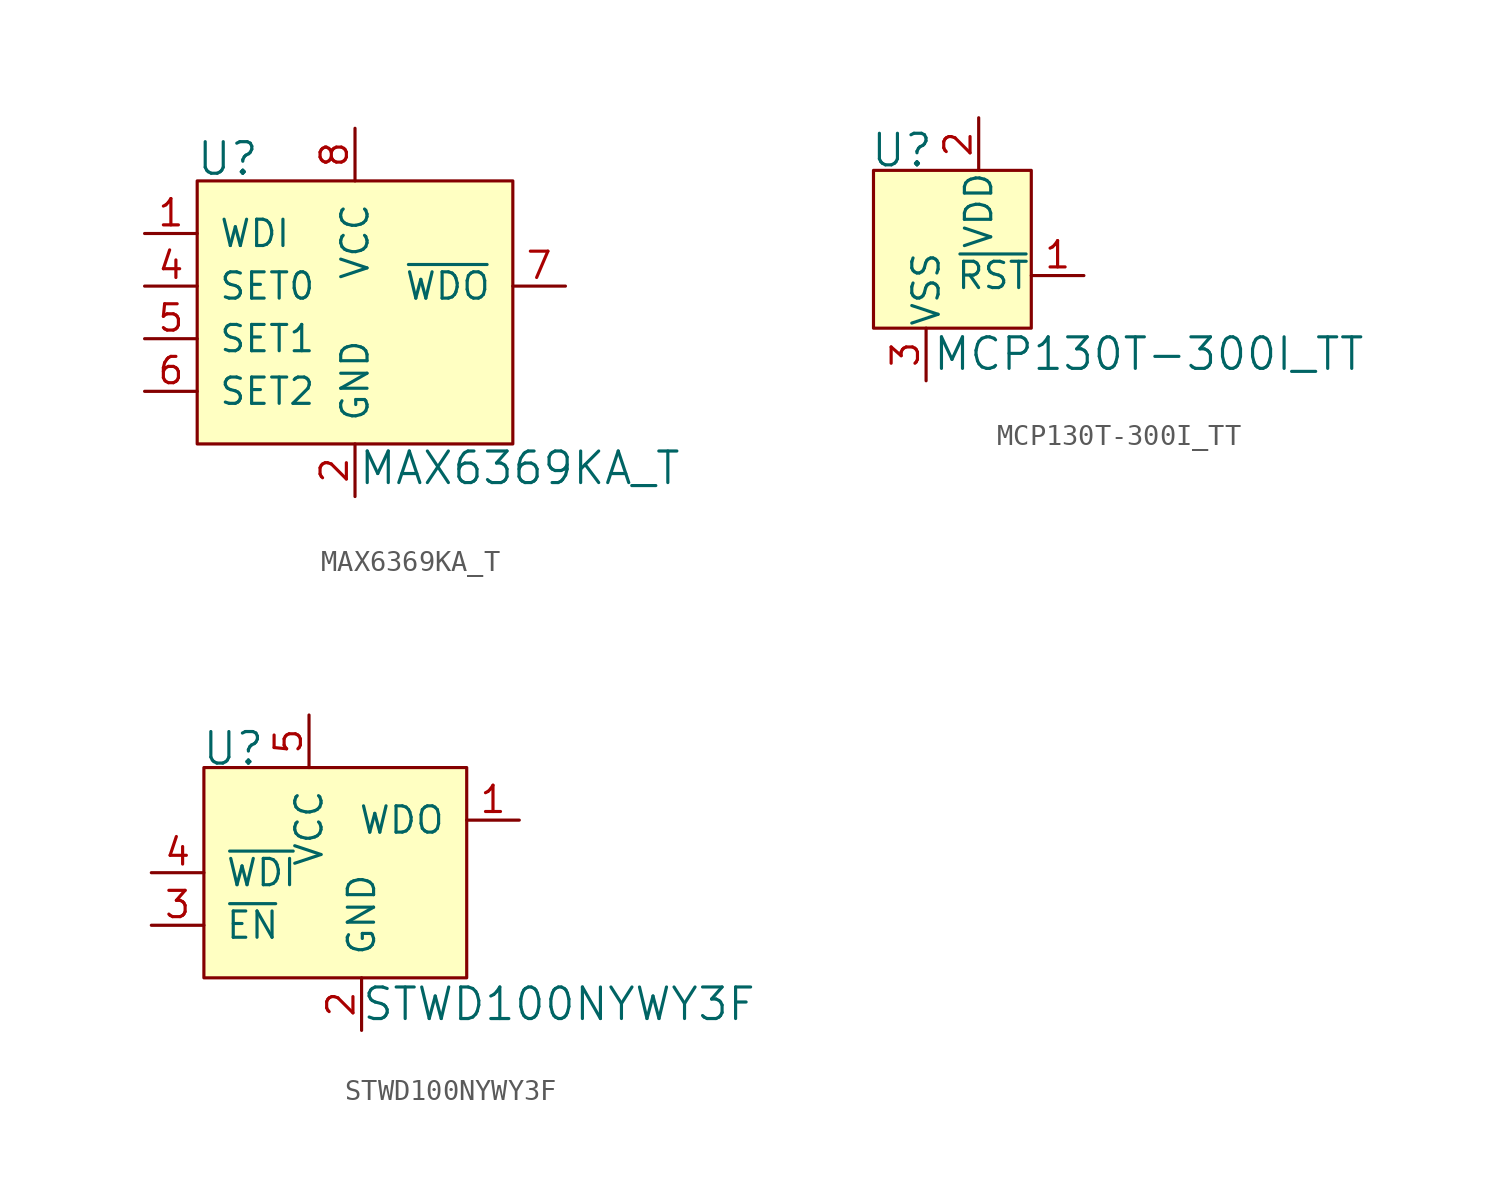
<source format=kicad_sym>
(kicad_symbol_lib
  (version 20220914)
  (generator kicad_symbol_editor)
  (symbol "MAX6369KA_T"
    (pin_names
      (offset 1.016))
    (property "Reference" "U"
      (at -7.696 1.067 0)
      (effects (font (size 1.524 1.524)) (justify left)))
    (property "Value" "MAX6369KA_T"
      (at 0.127 -13.868 0)
      (effects (font (size 1.524 1.524)) (justify left)))
    (symbol "MAX6369KA_T_0_1"
      (rectangle (start -7.62 0) (end 7.62 -12.7) (stroke (width 0) (type solid)) (fill (type background))))
    (symbol "MAX6369KA_T_1_1"
      (pin input line (at -10.16 -2.54 0) (length 2.54) (name "WDI" (effects (font (size 1.27 1.27)))) (number "1" (effects (font (size 1.27 1.27)))))
      (pin power_in line (at 0 -15.24 90) (length 2.54) (name "GND" (effects (font (size 1.27 1.27)))) (number "2" (effects (font (size 1.27 1.27)))))
      (pin no_connect line (at 7.62 -7.62 180) (length 2.54) hide (name "NC" (effects (font (size 1.27 1.27)))) (number "3" (effects (font (size 1.27 1.27)))))
      (pin input line (at -10.16 -5.08 0) (length 2.54) (name "SET0" (effects (font (size 1.27 1.27)))) (number "4" (effects (font (size 1.27 1.27)))))
      (pin input line (at -10.16 -7.62 0) (length 2.54) (name "SET1" (effects (font (size 1.27 1.27)))) (number "5" (effects (font (size 1.27 1.27)))))
      (pin input line (at -10.16 -10.16 0) (length 2.54) (name "SET2" (effects (font (size 1.27 1.27)))) (number "6" (effects (font (size 1.27 1.27)))))
      (pin output line (at 10.16 -5.08 180) (length 2.54) (name "~{WDO}" (effects (font (size 1.27 1.27)))) (number "7" (effects (font (size 1.27 1.27)))))
      (pin power_in line (at 0 2.54 270) (length 2.54) (name "VCC" (effects (font (size 1.27 1.27)))) (number "8" (effects (font (size 1.27 1.27)))))))
  (symbol "MCP130T-300I_TT"
    (pin_names
      (offset 0.025))
    (property "Reference" "U"
      (at -2.718 6.045 0)
      (effects (font (size 1.524 1.524)) (justify left)))
    (property "Value" "MCP130T-300I_TT"
      (at 0.279 -3.785 0)
      (effects (font (size 1.524 1.524)) (justify left)))
    (symbol "MCP130T-300I_TT_0_1"
      (rectangle (start 5.08 5.08) (end -2.54 -2.54) (stroke (width 0) (type solid)) (fill (type background))))
    (symbol "MCP130T-300I_TT_1_1"
      (pin output line (at 7.62 0 180) (length 2.54) (name "~{RST}" (effects (font (size 1.27 1.27)))) (number "1" (effects (font (size 1.27 1.27)))))
      (pin power_in line (at 2.54 7.62 270) (length 2.54) (name "VDD" (effects (font (size 1.27 1.27)))) (number "2" (effects (font (size 1.27 1.27)))))
      (pin power_in line (at 0 -5.08 90) (length 2.54) (name "VSS" (effects (font (size 1.27 1.27)))) (number "3" (effects (font (size 1.27 1.27)))))))
  (symbol "STWD100NYWY3F"
    (pin_names
      (offset 1.016))
    (property "Reference" "U"
      (at -5.207 0.914 0)
      (effects (font (size 1.524 1.524)) (justify left)))
    (property "Value" "STWD100NYWY3F"
      (at 2.515 -11.43 0)
      (effects (font (size 1.524 1.524)) (justify left)))
    (symbol "STWD100NYWY3F_0_1"
      (rectangle (start -5.08 0) (end 7.62 -10.16) (stroke (width 0) (type solid)) (fill (type background))))
    (symbol "STWD100NYWY3F_1_1"
      (pin output line (at 10.16 -2.54 180) (length 2.54) (name "WDO" (effects (font (size 1.27 1.27)))) (number "1" (effects (font (size 1.27 1.27)))))
      (pin power_in line (at 2.54 -12.7 90) (length 2.54) (name "GND" (effects (font (size 1.27 1.27)))) (number "2" (effects (font (size 1.27 1.27)))))
      (pin input line (at -7.62 -7.62 0) (length 2.54) (name "~{EN}" (effects (font (size 1.27 1.27)))) (number "3" (effects (font (size 1.27 1.27)))))
      (pin input line (at -7.62 -5.08 0) (length 2.54) (name "~{WDI}" (effects (font (size 1.27 1.27)))) (number "4" (effects (font (size 1.27 1.27)))))
      (pin power_in line (at 0 2.54 270) (length 2.54) (name "VCC" (effects (font (size 1.27 1.27)))) (number "5" (effects (font (size 1.27 1.27))))))))
</source>
